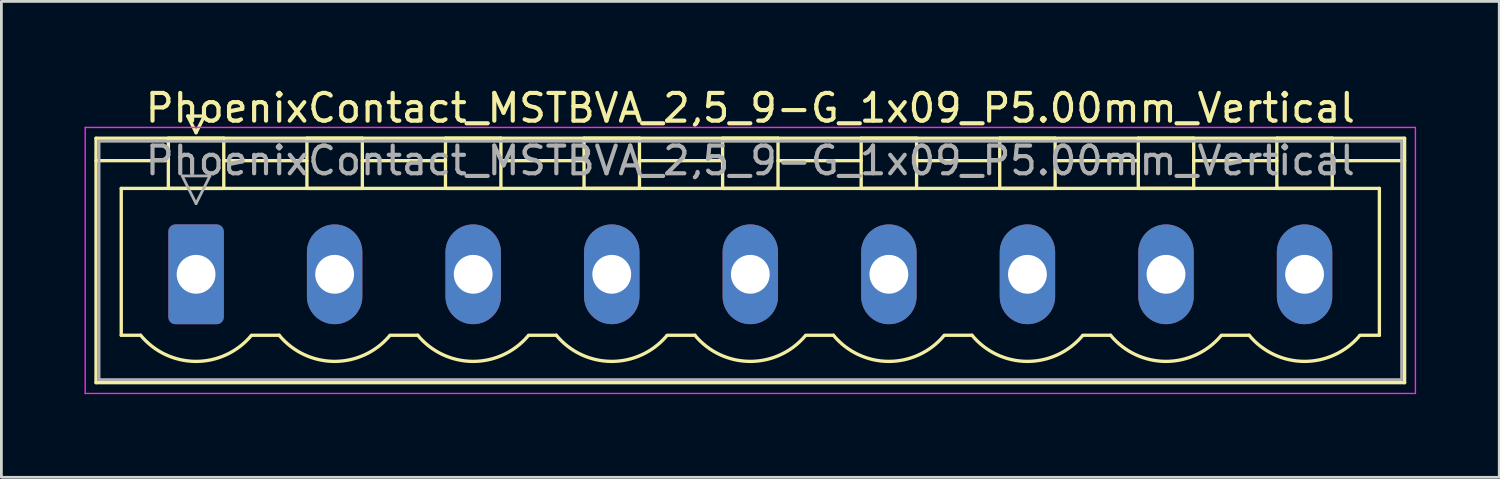
<source format=kicad_pcb>
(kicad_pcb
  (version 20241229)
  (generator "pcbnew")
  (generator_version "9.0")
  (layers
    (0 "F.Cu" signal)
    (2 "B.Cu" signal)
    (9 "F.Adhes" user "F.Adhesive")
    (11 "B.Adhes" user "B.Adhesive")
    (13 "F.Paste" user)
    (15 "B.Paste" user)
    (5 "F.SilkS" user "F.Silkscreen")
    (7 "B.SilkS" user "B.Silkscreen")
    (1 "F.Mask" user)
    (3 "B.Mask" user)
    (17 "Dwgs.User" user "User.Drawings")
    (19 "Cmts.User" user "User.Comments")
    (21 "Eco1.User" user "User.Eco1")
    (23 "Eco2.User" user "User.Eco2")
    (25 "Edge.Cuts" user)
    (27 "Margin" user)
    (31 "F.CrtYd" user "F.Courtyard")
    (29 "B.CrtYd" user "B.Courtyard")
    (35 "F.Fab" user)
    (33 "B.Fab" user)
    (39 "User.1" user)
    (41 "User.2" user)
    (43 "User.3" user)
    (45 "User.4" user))
  (footprint "PhoenixContact_MSTBVA_2,5_9-G_1x09_P5.00mm_Vertical"
    (layer "F.Cu")
    (at 4.025 6.848)
    (property "Reference" "PhoenixContact_MSTBVA_2,5_9-G_1x09_P5.00mm_Vertical" (at 20 -6 0) (layer "F.SilkS") (effects (font (size 1 1) (thickness 0.15))))
    (attr through_hole)
    (fp_line (start -3.61 -4.91) (end -3.61 3.91) (stroke (width 0.12) (type solid)) (layer "F.SilkS"))
    (fp_line (start -3.61 -4.1) (end -1.11 -4.1) (stroke (width 0.12) (type solid)) (layer "F.SilkS"))
    (fp_line (start -3.61 3.91) (end 43.61 3.91) (stroke (width 0.12) (type solid)) (layer "F.SilkS"))
    (fp_line (start -2.7 -3.1) (end 42.7 -3.1) (stroke (width 0.12) (type solid)) (layer "F.SilkS"))
    (fp_line (start -2.7 2.2) (end -2.7 -3.1) (stroke (width 0.12) (type solid)) (layer "F.SilkS"))
    (fp_line (start -2 2.2) (end -2.7 2.2) (stroke (width 0.12) (type solid)) (layer "F.SilkS"))
    (fp_line (start -1 -4.91) (end 1 -4.91) (stroke (width 0.12) (type solid)) (layer "F.SilkS"))
    (fp_line (start -1 -3.1) (end -1 -4.91) (stroke (width 0.12) (type solid)) (layer "F.SilkS"))
    (fp_line (start -0.3 -5.71) (end 0.3 -5.71) (stroke (width 0.12) (type solid)) (layer "F.SilkS"))
    (fp_line (start 0 -5.11) (end -0.3 -5.71) (stroke (width 0.12) (type solid)) (layer "F.SilkS"))
    (fp_line (start 0.3 -5.71) (end 0 -5.11) (stroke (width 0.12) (type solid)) (layer "F.SilkS"))
    (fp_line (start 1 -4.91) (end 1 -3.1) (stroke (width 0.12) (type solid)) (layer "F.SilkS"))
    (fp_line (start 1 -4.1) (end 4 -4.1) (stroke (width 0.12) (type solid)) (layer "F.SilkS"))
    (fp_line (start 1 -3.1) (end -1 -3.1) (stroke (width 0.12) (type solid)) (layer "F.SilkS"))
    (fp_line (start 2 2.2) (end 3 2.2) (stroke (width 0.12) (type solid)) (layer "F.SilkS"))
    (fp_line (start 4 -4.91) (end 6 -4.91) (stroke (width 0.12) (type solid)) (layer "F.SilkS"))
    (fp_line (start 4 -3.1) (end 4 -4.91) (stroke (width 0.12) (type solid)) (layer "F.SilkS"))
    (fp_line (start 6 -4.91) (end 6 -3.1) (stroke (width 0.12) (type solid)) (layer "F.SilkS"))
    (fp_line (start 6 -4.1) (end 9 -4.1) (stroke (width 0.12) (type solid)) (layer "F.SilkS"))
    (fp_line (start 6 -3.1) (end 4 -3.1) (stroke (width 0.12) (type solid)) (layer "F.SilkS"))
    (fp_line (start 7 2.2) (end 8 2.2) (stroke (width 0.12) (type solid)) (layer "F.SilkS"))
    (fp_line (start 9 -4.91) (end 11 -4.91) (stroke (width 0.12) (type solid)) (layer "F.SilkS"))
    (fp_line (start 9 -3.1) (end 9 -4.91) (stroke (width 0.12) (type solid)) (layer "F.SilkS"))
    (fp_line (start 11 -4.91) (end 11 -3.1) (stroke (width 0.12) (type solid)) (layer "F.SilkS"))
    (fp_line (start 11 -4.1) (end 14 -4.1) (stroke (width 0.12) (type solid)) (layer "F.SilkS"))
    (fp_line (start 11 -3.1) (end 9 -3.1) (stroke (width 0.12) (type solid)) (layer "F.SilkS"))
    (fp_line (start 12 2.2) (end 13 2.2) (stroke (width 0.12) (type solid)) (layer "F.SilkS"))
    (fp_line (start 14 -4.91) (end 16 -4.91) (stroke (width 0.12) (type solid)) (layer "F.SilkS"))
    (fp_line (start 14 -3.1) (end 14 -4.91) (stroke (width 0.12) (type solid)) (layer "F.SilkS"))
    (fp_line (start 16 -4.91) (end 16 -3.1) (stroke (width 0.12) (type solid)) (layer "F.SilkS"))
    (fp_line (start 16 -4.1) (end 19 -4.1) (stroke (width 0.12) (type solid)) (layer "F.SilkS"))
    (fp_line (start 16 -3.1) (end 14 -3.1) (stroke (width 0.12) (type solid)) (layer "F.SilkS"))
    (fp_line (start 17 2.2) (end 18 2.2) (stroke (width 0.12) (type solid)) (layer "F.SilkS"))
    (fp_line (start 19 -4.91) (end 21 -4.91) (stroke (width 0.12) (type solid)) (layer "F.SilkS"))
    (fp_line (start 19 -3.1) (end 19 -4.91) (stroke (width 0.12) (type solid)) (layer "F.SilkS"))
    (fp_line (start 21 -4.91) (end 21 -3.1) (stroke (width 0.12) (type solid)) (layer "F.SilkS"))
    (fp_line (start 21 -4.1) (end 24 -4.1) (stroke (width 0.12) (type solid)) (layer "F.SilkS"))
    (fp_line (start 21 -3.1) (end 19 -3.1) (stroke (width 0.12) (type solid)) (layer "F.SilkS"))
    (fp_line (start 22 2.2) (end 23 2.2) (stroke (width 0.12) (type solid)) (layer "F.SilkS"))
    (fp_line (start 24 -4.91) (end 26 -4.91) (stroke (width 0.12) (type solid)) (layer "F.SilkS"))
    (fp_line (start 24 -3.1) (end 24 -4.91) (stroke (width 0.12) (type solid)) (layer "F.SilkS"))
    (fp_line (start 26 -4.91) (end 26 -3.1) (stroke (width 0.12) (type solid)) (layer "F.SilkS"))
    (fp_line (start 26 -4.1) (end 29 -4.1) (stroke (width 0.12) (type solid)) (layer "F.SilkS"))
    (fp_line (start 26 -3.1) (end 24 -3.1) (stroke (width 0.12) (type solid)) (layer "F.SilkS"))
    (fp_line (start 27 2.2) (end 28 2.2) (stroke (width 0.12) (type solid)) (layer "F.SilkS"))
    (fp_line (start 29 -4.91) (end 31 -4.91) (stroke (width 0.12) (type solid)) (layer "F.SilkS"))
    (fp_line (start 29 -3.1) (end 29 -4.91) (stroke (width 0.12) (type solid)) (layer "F.SilkS"))
    (fp_line (start 31 -4.91) (end 31 -3.1) (stroke (width 0.12) (type solid)) (layer "F.SilkS"))
    (fp_line (start 31 -4.1) (end 34 -4.1) (stroke (width 0.12) (type solid)) (layer "F.SilkS"))
    (fp_line (start 31 -3.1) (end 29 -3.1) (stroke (width 0.12) (type solid)) (layer "F.SilkS"))
    (fp_line (start 32 2.2) (end 33 2.2) (stroke (width 0.12) (type solid)) (layer "F.SilkS"))
    (fp_line (start 34 -4.91) (end 36 -4.91) (stroke (width 0.12) (type solid)) (layer "F.SilkS"))
    (fp_line (start 34 -3.1) (end 34 -4.91) (stroke (width 0.12) (type solid)) (layer "F.SilkS"))
    (fp_line (start 36 -4.91) (end 36 -3.1) (stroke (width 0.12) (type solid)) (layer "F.SilkS"))
    (fp_line (start 36 -4.1) (end 39 -4.1) (stroke (width 0.12) (type solid)) (layer "F.SilkS"))
    (fp_line (start 36 -3.1) (end 34 -3.1) (stroke (width 0.12) (type solid)) (layer "F.SilkS"))
    (fp_line (start 37 2.2) (end 38 2.2) (stroke (width 0.12) (type solid)) (layer "F.SilkS"))
    (fp_line (start 39 -4.91) (end 41 -4.91) (stroke (width 0.12) (type solid)) (layer "F.SilkS"))
    (fp_line (start 39 -3.1) (end 39 -4.91) (stroke (width 0.12) (type solid)) (layer "F.SilkS"))
    (fp_line (start 41 -4.91) (end 41 -3.1) (stroke (width 0.12) (type solid)) (layer "F.SilkS"))
    (fp_line (start 41 -3.1) (end 39 -3.1) (stroke (width 0.12) (type solid)) (layer "F.SilkS"))
    (fp_line (start 42.7 -3.1) (end 42.7 2.2) (stroke (width 0.12) (type solid)) (layer "F.SilkS"))
    (fp_line (start 42.7 2.2) (end 42 2.2) (stroke (width 0.12) (type solid)) (layer "F.SilkS"))
    (fp_line (start 43.61 -4.91) (end -3.61 -4.91) (stroke (width 0.12) (type solid)) (layer "F.SilkS"))
    (fp_line (start 43.61 -4.1) (end 41.11 -4.1) (stroke (width 0.12) (type solid)) (layer "F.SilkS"))
    (fp_line (start 43.61 3.91) (end 43.61 -4.91) (stroke (width 0.12) (type solid)) (layer "F.SilkS"))
    (fp_arc (start 1.986842 2.215821) (mid -0.010289 3.142758) (end -2 2.2) (stroke (width 0.12) (type solid)) (layer "F.SilkS"))
    (fp_arc (start 6.986842 2.215821) (mid 4.989711 3.142758) (end 3 2.2) (stroke (width 0.12) (type solid)) (layer "F.SilkS"))
    (fp_arc (start 11.986842 2.215821) (mid 9.989711 3.142758) (end 8 2.2) (stroke (width 0.12) (type solid)) (layer "F.SilkS"))
    (fp_arc (start 16.986842 2.215821) (mid 14.989711 3.142758) (end 13 2.2) (stroke (width 0.12) (type solid)) (layer "F.SilkS"))
    (fp_arc (start 21.986842 2.215821) (mid 19.989711 3.142758) (end 18 2.2) (stroke (width 0.12) (type solid)) (layer "F.SilkS"))
    (fp_arc (start 26.986842 2.215821) (mid 24.989711 3.142758) (end 23 2.2) (stroke (width 0.12) (type solid)) (layer "F.SilkS"))
    (fp_arc (start 31.986842 2.215821) (mid 29.989711 3.142758) (end 28 2.2) (stroke (width 0.12) (type solid)) (layer "F.SilkS"))
    (fp_arc (start 36.986842 2.215821) (mid 34.989711 3.142758) (end 33 2.2) (stroke (width 0.12) (type solid)) (layer "F.SilkS"))
    (fp_arc (start 41.986842 2.215821) (mid 39.989711 3.142758) (end 38 2.2) (stroke (width 0.12) (type solid)) (layer "F.SilkS"))
    (fp_line (start -4 -5.3) (end -4 4.3) (stroke (width 0.05) (type solid)) (layer "F.CrtYd"))
    (fp_line (start -4 4.3) (end 44 4.3) (stroke (width 0.05) (type solid)) (layer "F.CrtYd"))
    (fp_line (start 44 -5.3) (end -4 -5.3) (stroke (width 0.05) (type solid)) (layer "F.CrtYd"))
    (fp_line (start 44 4.3) (end 44 -5.3) (stroke (width 0.05) (type solid)) (layer "F.CrtYd"))
    (fp_line (start -3.5 -4.8) (end -3.5 3.8) (stroke (width 0.1) (type solid)) (layer "F.Fab"))
    (fp_line (start -3.5 3.8) (end 43.5 3.8) (stroke (width 0.1) (type solid)) (layer "F.Fab"))
    (fp_line (start -0.5 -3.55) (end 0.5 -3.55) (stroke (width 0.1) (type solid)) (layer "F.Fab"))
    (fp_line (start 0 -2.55) (end -0.5 -3.55) (stroke (width 0.1) (type solid)) (layer "F.Fab"))
    (fp_line (start 0.5 -3.55) (end 0 -2.55) (stroke (width 0.1) (type solid)) (layer "F.Fab"))
    (fp_line (start 43.5 -4.8) (end -3.5 -4.8) (stroke (width 0.1) (type solid)) (layer "F.Fab"))
    (fp_line (start 43.5 3.8) (end 43.5 -4.8) (stroke (width 0.1) (type solid)) (layer "F.Fab"))
    (fp_text user "${REFERENCE}" (at 20 -4.1 0) (layer "F.Fab") (effects (font (size 1 1) (thickness 0.15))))
    (pad "1" thru_hole roundrect (at 0 0) (size 2 3.6) (drill 1.4) (layers "*.Cu" "*.Mask") (roundrect_rratio 0.125))
    (pad "2" thru_hole oval (at 5 0) (size 2 3.6) (drill 1.4) (layers "*.Cu" "*.Mask"))
    (pad "3" thru_hole oval (at 10 0) (size 2 3.6) (drill 1.4) (layers "*.Cu" "*.Mask"))
    (pad "4" thru_hole oval (at 15 0) (size 2 3.6) (drill 1.4) (layers "*.Cu" "*.Mask"))
    (pad "5" thru_hole oval (at 20 0) (size 2 3.6) (drill 1.4) (layers "*.Cu" "*.Mask"))
    (pad "6" thru_hole oval (at 25 0) (size 2 3.6) (drill 1.4) (layers "*.Cu" "*.Mask"))
    (pad "7" thru_hole oval (at 30 0) (size 2 3.6) (drill 1.4) (layers "*.Cu" "*.Mask"))
    (pad "8" thru_hole oval (at 35 0) (size 2 3.6) (drill 1.4) (layers "*.Cu" "*.Mask"))
    (pad "9" thru_hole oval (at 40 0) (size 2 3.6) (drill 1.4) (layers "*.Cu" "*.Mask")))
  (gr_rect
    (start -3 -3)
    (end 51.05 14.173)
    (stroke (width 0.1) (type default))
    (fill no)
    (layer "Edge.Cuts")))
</source>
